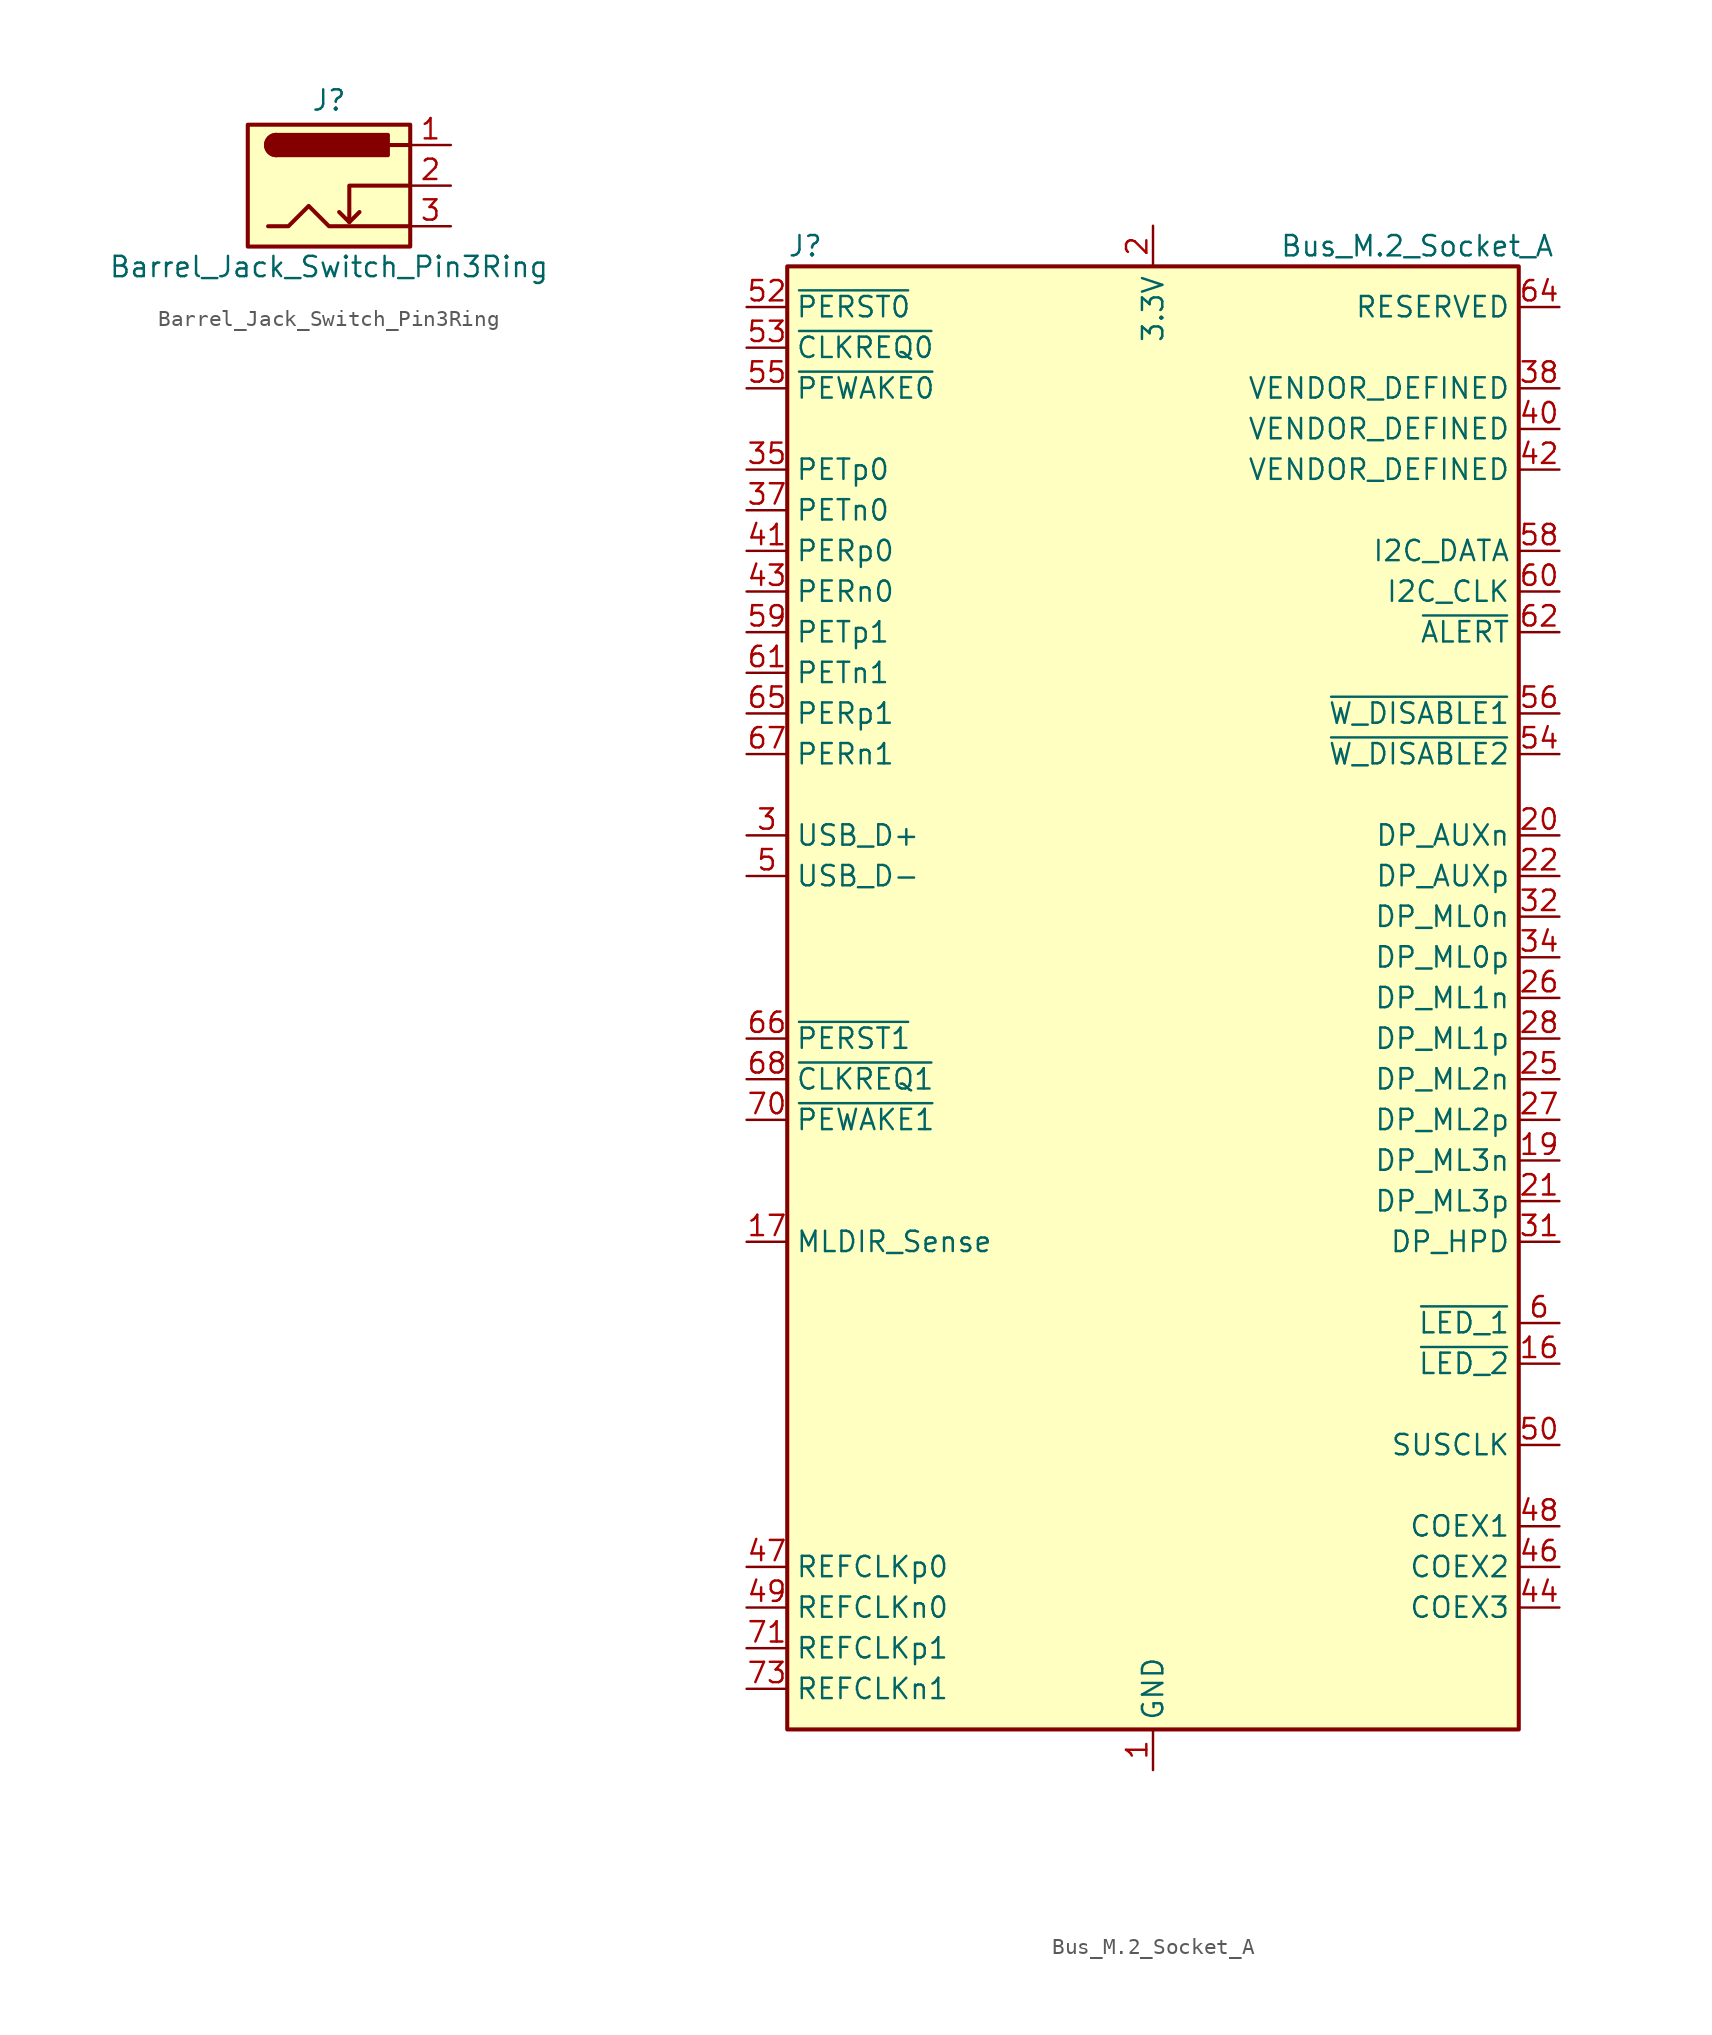
<source format=kicad_sym>
(kicad_symbol_lib
  (version 20211014)
  (generator kicad_symbol_editor)
  (symbol "Barrel_Jack_Switch_Pin3Ring"
    (pin_names hide)
    (property "Reference" "J"
      (at 0 5.334 0)
      (effects (font (size 1.27 1.27))))
    (property "Value" "Barrel_Jack_Switch_Pin3Ring"
      (at 0 -5.08 0)
      (effects (font (size 1.27 1.27))))
    (symbol "Barrel_Jack_Switch_Pin3Ring_0_1"
      (rectangle (start -5.08 3.81) (end 5.08 -3.81) (stroke (width 0.254) (type default) (color 0 0 0 0)) (fill (type background)))
      (arc (start -3.302 3.175) (mid -3.937 2.54) (end -3.302 1.905) (stroke (width 0.254) (type default) (color 0 0 0 0)) (fill (type none)))
      (arc (start -3.302 3.175) (mid -3.937 2.54) (end -3.302 1.905) (stroke (width 0.254) (type default) (color 0 0 0 0)) (fill (type outline)))
      (polyline (pts (xy 1.27 -2.286) (xy 1.905 -1.651)) (stroke (width 0.254) (type default) (color 0 0 0 0)) (fill (type none)))
      (polyline (pts (xy 5.08 2.54) (xy 3.81 2.54)) (stroke (width 0.254) (type default) (color 0 0 0 0)) (fill (type none)))
      (polyline (pts (xy 5.08 0) (xy 1.27 0) (xy 1.27 -2.286) (xy 0.635 -1.651)) (stroke (width 0.254) (type default) (color 0 0 0 0)) (fill (type none)))
      (polyline (pts (xy -3.81 -2.54) (xy -2.54 -2.54) (xy -1.27 -1.27) (xy 0 -2.54) (xy 2.54 -2.54) (xy 5.08 -2.54)) (stroke (width 0.254) (type default) (color 0 0 0 0)) (fill (type none)))
      (rectangle (start 3.683 3.175) (end -3.302 1.905) (stroke (width 0.254) (type default) (color 0 0 0 0)) (fill (type outline))))
    (symbol "Barrel_Jack_Switch_Pin3Ring_1_1"
      (pin passive line (at 7.62 2.54 180) (length 2.54) (name "~" (effects (font (size 1.27 1.27)))) (number "1" (effects (font (size 1.27 1.27)))))
      (pin passive line (at 7.62 0 180) (length 2.54) (name "~" (effects (font (size 1.27 1.27)))) (number "2" (effects (font (size 1.27 1.27)))))
      (pin passive line (at 7.62 -2.54 180) (length 2.54) (name "~" (effects (font (size 1.27 1.27)))) (number "3" (effects (font (size 1.27 1.27)))))))
  (symbol "Bus_M.2_Socket_A"
    (property "Reference" "J"
      (at -22.86 46.99 0)
      (effects (font (size 1.27 1.27)) (justify left)))
    (property "Value" "Bus_M.2_Socket_A"
      (at 16.51 46.99 0)
      (effects (font (size 1.27 1.27))))
    (symbol "Bus_M.2_Socket_A_0_1"
      (rectangle (start -22.86 45.72) (end 22.86 -45.72) (stroke (width 0.254) (type default) (color 0 0 0 0)) (fill (type background))))
    (symbol "Bus_M.2_Socket_A_1_1"
      (pin power_in line (at 0 -48.26 90) (length 2.54) (name "GND" (effects (font (size 1.27 1.27)))) (number "1" (effects (font (size 1.27 1.27)))))
      (pin open_collector line (at 25.4 -22.86 180) (length 2.54) (name "~{LED_2}" (effects (font (size 1.27 1.27)))) (number "16" (effects (font (size 1.27 1.27)))))
      (pin input line (at -25.4 -15.24 0) (length 2.54) (name "MLDIR_Sense" (effects (font (size 1.27 1.27)))) (number "17" (effects (font (size 1.27 1.27)))))
      (pin passive line (at 0 -48.26 90) (length 2.54) hide (name "GND" (effects (font (size 1.27 1.27)))) (number "18" (effects (font (size 1.27 1.27)))))
      (pin bidirectional line (at 25.4 -10.16 180) (length 2.54) (name "DP_ML3n" (effects (font (size 1.27 1.27)))) (number "19" (effects (font (size 1.27 1.27)))))
      (pin power_in line (at 0 48.26 270) (length 2.54) (name "3.3V" (effects (font (size 1.27 1.27)))) (number "2" (effects (font (size 1.27 1.27)))))
      (pin bidirectional line (at 25.4 10.16 180) (length 2.54) (name "DP_AUXn" (effects (font (size 1.27 1.27)))) (number "20" (effects (font (size 1.27 1.27)))))
      (pin bidirectional line (at 25.4 -12.7 180) (length 2.54) (name "DP_ML3p" (effects (font (size 1.27 1.27)))) (number "21" (effects (font (size 1.27 1.27)))))
      (pin bidirectional line (at 25.4 7.62 180) (length 2.54) (name "DP_AUXp" (effects (font (size 1.27 1.27)))) (number "22" (effects (font (size 1.27 1.27)))))
      (pin passive line (at 0 -48.26 90) (length 2.54) hide (name "GND" (effects (font (size 1.27 1.27)))) (number "23" (effects (font (size 1.27 1.27)))))
      (pin passive line (at 0 -48.26 90) (length 2.54) hide (name "GND" (effects (font (size 1.27 1.27)))) (number "24" (effects (font (size 1.27 1.27)))))
      (pin bidirectional line (at 25.4 -5.08 180) (length 2.54) (name "DP_ML2n" (effects (font (size 1.27 1.27)))) (number "25" (effects (font (size 1.27 1.27)))))
      (pin bidirectional line (at 25.4 0 180) (length 2.54) (name "DP_ML1n" (effects (font (size 1.27 1.27)))) (number "26" (effects (font (size 1.27 1.27)))))
      (pin bidirectional line (at 25.4 -7.62 180) (length 2.54) (name "DP_ML2p" (effects (font (size 1.27 1.27)))) (number "27" (effects (font (size 1.27 1.27)))))
      (pin bidirectional line (at 25.4 -2.54 180) (length 2.54) (name "DP_ML1p" (effects (font (size 1.27 1.27)))) (number "28" (effects (font (size 1.27 1.27)))))
      (pin passive line (at 0 -48.26 90) (length 2.54) hide (name "GND" (effects (font (size 1.27 1.27)))) (number "29" (effects (font (size 1.27 1.27)))))
      (pin bidirectional line (at -25.4 10.16 0) (length 2.54) (name "USB_D+" (effects (font (size 1.27 1.27)))) (number "3" (effects (font (size 1.27 1.27)))))
      (pin passive line (at 0 -48.26 90) (length 2.54) hide (name "GND" (effects (font (size 1.27 1.27)))) (number "30" (effects (font (size 1.27 1.27)))))
      (pin bidirectional line (at 25.4 -15.24 180) (length 2.54) (name "DP_HPD" (effects (font (size 1.27 1.27)))) (number "31" (effects (font (size 1.27 1.27)))))
      (pin bidirectional line (at 25.4 5.08 180) (length 2.54) (name "DP_ML0n" (effects (font (size 1.27 1.27)))) (number "32" (effects (font (size 1.27 1.27)))))
      (pin passive line (at 0 -48.26 90) (length 2.54) hide (name "GND" (effects (font (size 1.27 1.27)))) (number "33" (effects (font (size 1.27 1.27)))))
      (pin bidirectional line (at 25.4 2.54 180) (length 2.54) (name "DP_ML0p" (effects (font (size 1.27 1.27)))) (number "34" (effects (font (size 1.27 1.27)))))
      (pin output line (at -25.4 33.02 0) (length 2.54) (name "PETp0" (effects (font (size 1.27 1.27)))) (number "35" (effects (font (size 1.27 1.27)))))
      (pin passive line (at 0 -48.26 90) (length 2.54) hide (name "GND" (effects (font (size 1.27 1.27)))) (number "36" (effects (font (size 1.27 1.27)))))
      (pin output line (at -25.4 30.48 0) (length 2.54) (name "PETn0" (effects (font (size 1.27 1.27)))) (number "37" (effects (font (size 1.27 1.27)))))
      (pin passive line (at 25.4 38.1 180) (length 2.54) (name "VENDOR_DEFINED" (effects (font (size 1.27 1.27)))) (number "38" (effects (font (size 1.27 1.27)))))
      (pin passive line (at 0 -48.26 90) (length 2.54) hide (name "GND" (effects (font (size 1.27 1.27)))) (number "39" (effects (font (size 1.27 1.27)))))
      (pin passive line (at 0 48.26 270) (length 2.54) hide (name "3.3V" (effects (font (size 1.27 1.27)))) (number "4" (effects (font (size 1.27 1.27)))))
      (pin passive line (at 25.4 35.56 180) (length 2.54) (name "VENDOR_DEFINED" (effects (font (size 1.27 1.27)))) (number "40" (effects (font (size 1.27 1.27)))))
      (pin input line (at -25.4 27.94 0) (length 2.54) (name "PERp0" (effects (font (size 1.27 1.27)))) (number "41" (effects (font (size 1.27 1.27)))))
      (pin passive line (at 25.4 33.02 180) (length 2.54) (name "VENDOR_DEFINED" (effects (font (size 1.27 1.27)))) (number "42" (effects (font (size 1.27 1.27)))))
      (pin input line (at -25.4 25.4 0) (length 2.54) (name "PERn0" (effects (font (size 1.27 1.27)))) (number "43" (effects (font (size 1.27 1.27)))))
      (pin bidirectional line (at 25.4 -38.1 180) (length 2.54) (name "COEX3" (effects (font (size 1.27 1.27)))) (number "44" (effects (font (size 1.27 1.27)))))
      (pin passive line (at 0 -48.26 90) (length 2.54) hide (name "GND" (effects (font (size 1.27 1.27)))) (number "45" (effects (font (size 1.27 1.27)))))
      (pin bidirectional line (at 25.4 -35.56 180) (length 2.54) (name "COEX2" (effects (font (size 1.27 1.27)))) (number "46" (effects (font (size 1.27 1.27)))))
      (pin output line (at -25.4 -35.56 0) (length 2.54) (name "REFCLKp0" (effects (font (size 1.27 1.27)))) (number "47" (effects (font (size 1.27 1.27)))))
      (pin bidirectional line (at 25.4 -33.02 180) (length 2.54) (name "COEX1" (effects (font (size 1.27 1.27)))) (number "48" (effects (font (size 1.27 1.27)))))
      (pin output line (at -25.4 -38.1 0) (length 2.54) (name "REFCLKn0" (effects (font (size 1.27 1.27)))) (number "49" (effects (font (size 1.27 1.27)))))
      (pin bidirectional line (at -25.4 7.62 0) (length 2.54) (name "USB_D-" (effects (font (size 1.27 1.27)))) (number "5" (effects (font (size 1.27 1.27)))))
      (pin output line (at 25.4 -27.94 180) (length 2.54) (name "SUSCLK" (effects (font (size 1.27 1.27)))) (number "50" (effects (font (size 1.27 1.27)))))
      (pin passive line (at 0 -48.26 90) (length 2.54) hide (name "GND" (effects (font (size 1.27 1.27)))) (number "51" (effects (font (size 1.27 1.27)))))
      (pin output line (at -25.4 43.18 0) (length 2.54) (name "~{PERST0}" (effects (font (size 1.27 1.27)))) (number "52" (effects (font (size 1.27 1.27)))))
      (pin bidirectional line (at -25.4 40.64 0) (length 2.54) (name "~{CLKREQ0}" (effects (font (size 1.27 1.27)))) (number "53" (effects (font (size 1.27 1.27)))))
      (pin output line (at 25.4 15.24 180) (length 2.54) (name "~{W_DISABLE2}" (effects (font (size 1.27 1.27)))) (number "54" (effects (font (size 1.27 1.27)))))
      (pin bidirectional line (at -25.4 38.1 0) (length 2.54) (name "~{PEWAKE0}" (effects (font (size 1.27 1.27)))) (number "55" (effects (font (size 1.27 1.27)))))
      (pin output line (at 25.4 17.78 180) (length 2.54) (name "~{W_DISABLE1}" (effects (font (size 1.27 1.27)))) (number "56" (effects (font (size 1.27 1.27)))))
      (pin passive line (at 0 -48.26 90) (length 2.54) hide (name "GND" (effects (font (size 1.27 1.27)))) (number "57" (effects (font (size 1.27 1.27)))))
      (pin bidirectional line (at 25.4 27.94 180) (length 2.54) (name "I2C_DATA" (effects (font (size 1.27 1.27)))) (number "58" (effects (font (size 1.27 1.27)))))
      (pin output line (at -25.4 22.86 0) (length 2.54) (name "PETp1" (effects (font (size 1.27 1.27)))) (number "59" (effects (font (size 1.27 1.27)))))
      (pin open_collector line (at 25.4 -20.32 180) (length 2.54) (name "~{LED_1}" (effects (font (size 1.27 1.27)))) (number "6" (effects (font (size 1.27 1.27)))))
      (pin output line (at 25.4 25.4 180) (length 2.54) (name "I2C_CLK" (effects (font (size 1.27 1.27)))) (number "60" (effects (font (size 1.27 1.27)))))
      (pin output line (at -25.4 20.32 0) (length 2.54) (name "PETn1" (effects (font (size 1.27 1.27)))) (number "61" (effects (font (size 1.27 1.27)))))
      (pin input line (at 25.4 22.86 180) (length 2.54) (name "~{ALERT}" (effects (font (size 1.27 1.27)))) (number "62" (effects (font (size 1.27 1.27)))))
      (pin passive line (at 0 -48.26 90) (length 2.54) hide (name "GND" (effects (font (size 1.27 1.27)))) (number "63" (effects (font (size 1.27 1.27)))))
      (pin passive line (at 25.4 43.18 180) (length 2.54) (name "RESERVED" (effects (font (size 1.27 1.27)))) (number "64" (effects (font (size 1.27 1.27)))))
      (pin input line (at -25.4 17.78 0) (length 2.54) (name "PERp1" (effects (font (size 1.27 1.27)))) (number "65" (effects (font (size 1.27 1.27)))))
      (pin output line (at -25.4 -2.54 0) (length 2.54) (name "~{PERST1}" (effects (font (size 1.27 1.27)))) (number "66" (effects (font (size 1.27 1.27)))))
      (pin input line (at -25.4 15.24 0) (length 2.54) (name "PERn1" (effects (font (size 1.27 1.27)))) (number "67" (effects (font (size 1.27 1.27)))))
      (pin bidirectional line (at -25.4 -5.08 0) (length 2.54) (name "~{CLKREQ1}" (effects (font (size 1.27 1.27)))) (number "68" (effects (font (size 1.27 1.27)))))
      (pin passive line (at 0 -48.26 90) (length 2.54) hide (name "GND" (effects (font (size 1.27 1.27)))) (number "69" (effects (font (size 1.27 1.27)))))
      (pin passive line (at 0 -48.26 90) (length 2.54) hide (name "GND" (effects (font (size 1.27 1.27)))) (number "7" (effects (font (size 1.27 1.27)))))
      (pin bidirectional line (at -25.4 -7.62 0) (length 2.54) (name "~{PEWAKE1}" (effects (font (size 1.27 1.27)))) (number "70" (effects (font (size 1.27 1.27)))))
      (pin output line (at -25.4 -40.64 0) (length 2.54) (name "REFCLKp1" (effects (font (size 1.27 1.27)))) (number "71" (effects (font (size 1.27 1.27)))))
      (pin passive line (at 0 48.26 270) (length 2.54) hide (name "3.3V" (effects (font (size 1.27 1.27)))) (number "72" (effects (font (size 1.27 1.27)))))
      (pin output line (at -25.4 -43.18 0) (length 2.54) (name "REFCLKn1" (effects (font (size 1.27 1.27)))) (number "73" (effects (font (size 1.27 1.27)))))
      (pin passive line (at 0 48.26 270) (length 2.54) hide (name "3.3V" (effects (font (size 1.27 1.27)))) (number "74" (effects (font (size 1.27 1.27)))))
      (pin passive line (at 0 -48.26 90) (length 2.54) hide (name "GND" (effects (font (size 1.27 1.27)))) (number "75" (effects (font (size 1.27 1.27))))))))
</source>
